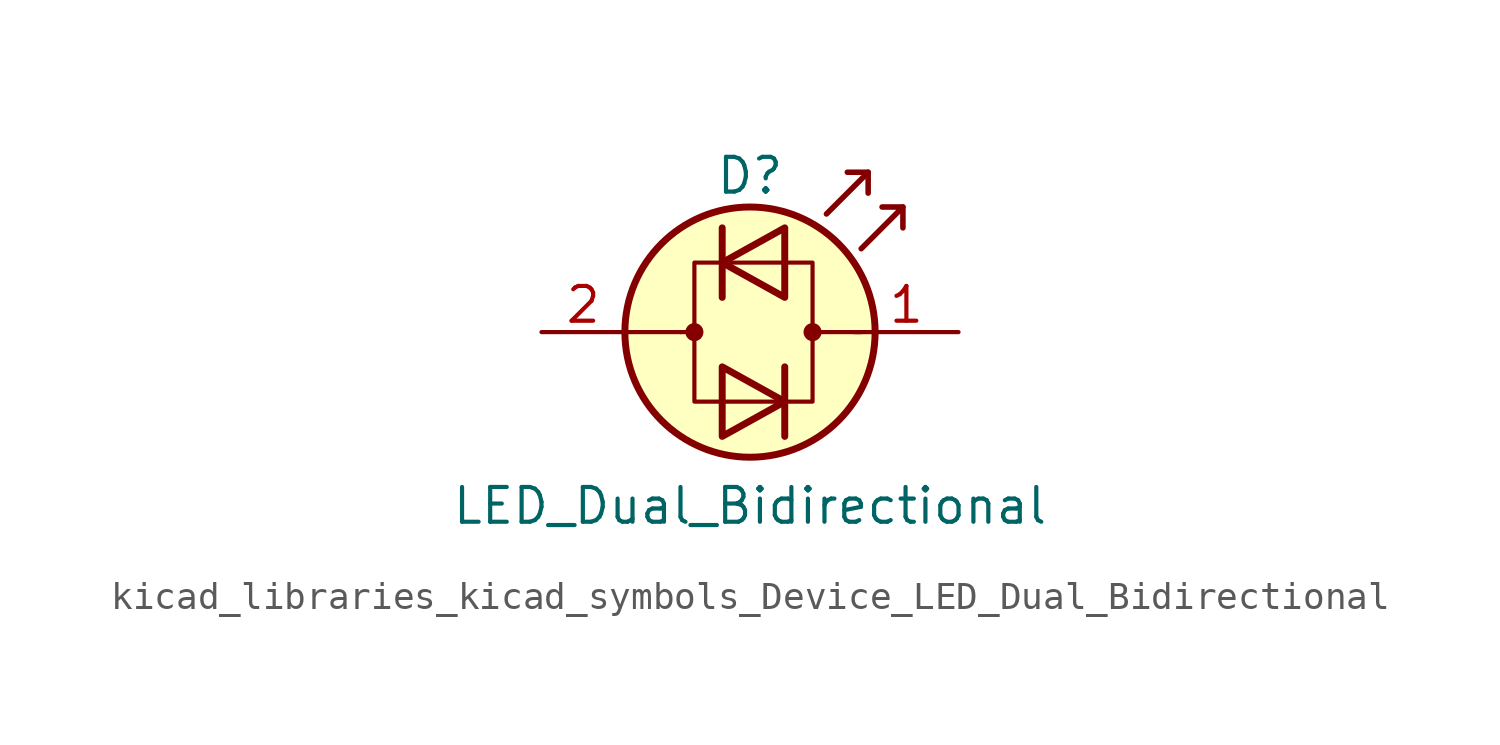
<source format=kicad_sym>
(kicad_symbol_lib
  (version 20220914)
  (generator kicad_symbol_editor)
  (symbol "kicad_libraries_kicad_symbols_Device_LED_Dual_Bidirectional"
    (pin_names
      (offset 0) hide)
    (property "Reference" "D"
      (at 0 5.715 0)
      (effects (font (size 1.27 1.27))))
    (property "Value" "LED_Dual_Bidirectional"
      (at 0 -6.35 0)
      (effects (font (size 1.27 1.27))))
    (symbol "kicad_libraries_kicad_symbols_Device_LED_Dual_Bidirectional_0_1"
      (circle (center -2.032 0) (radius 0.254) (stroke (width 0) (type default)) (fill (type outline)))
      (polyline (pts (xy -4.572 0) (xy -2.54 0)) (stroke (width 0) (type default)) (fill (type none)))
      (polyline (pts (xy -2.032 0) (xy -2.54 0)) (stroke (width 0) (type default)) (fill (type none)))
      (polyline (pts (xy -1.016 3.81) (xy -1.016 1.27)) (stroke (width 0.254) (type default)) (fill (type none)))
      (polyline (pts (xy 1.27 -1.27) (xy 1.27 -3.81)) (stroke (width 0.254) (type default)) (fill (type none)))
      (polyline (pts (xy 4.064 0) (xy 2.286 0)) (stroke (width 0) (type default)) (fill (type outline)))
      (polyline (pts (xy 4.318 5.842) (xy 4.318 5.08)) (stroke (width 0.203) (type default)) (fill (type none)))
      (polyline (pts (xy 5.588 4.572) (xy 5.588 3.81)) (stroke (width 0.203) (type default)) (fill (type none)))
      (polyline (pts (xy 2.794 4.318) (xy 4.318 5.842) (xy 3.556 5.842)) (stroke (width 0.203) (type default)) (fill (type none)))
      (polyline (pts (xy 4.064 3.048) (xy 5.588 4.572) (xy 4.826 4.572)) (stroke (width 0.203) (type default)) (fill (type none)))
      (polyline (pts (xy -1.016 -1.27) (xy -1.016 -3.81) (xy 1.27 -2.54) (xy -1.016 -1.27)) (stroke (width 0.254) (type default)) (fill (type none)))
      (polyline (pts (xy 1.27 3.81) (xy 1.27 1.27) (xy -1.016 2.54) (xy 1.27 3.81)) (stroke (width 0.254) (type default)) (fill (type none)))
      (polyline (pts (xy 2.286 2.54) (xy -2.032 2.54) (xy -2.032 -2.54) (xy 2.286 -2.54) (xy 2.286 2.54)) (stroke (width 0) (type default)) (fill (type none)))
      (circle (center 0 0) (radius 4.572) (stroke (width 0.254) (type default)) (fill (type background)))
      (circle (center 2.286 0) (radius 0.254) (stroke (width 0) (type default)) (fill (type outline))))
    (symbol "kicad_libraries_kicad_symbols_Device_LED_Dual_Bidirectional_1_1"
      (pin input line (at 7.62 0 180) (length 3.81) (name "KA" (effects (font (size 1.27 1.27)))) (number "1" (effects (font (size 1.27 1.27)))))
      (pin input line (at -7.62 0 0) (length 3.048) (name "AK" (effects (font (size 1.27 1.27)))) (number "2" (effects (font (size 1.27 1.27))))))))
</source>
